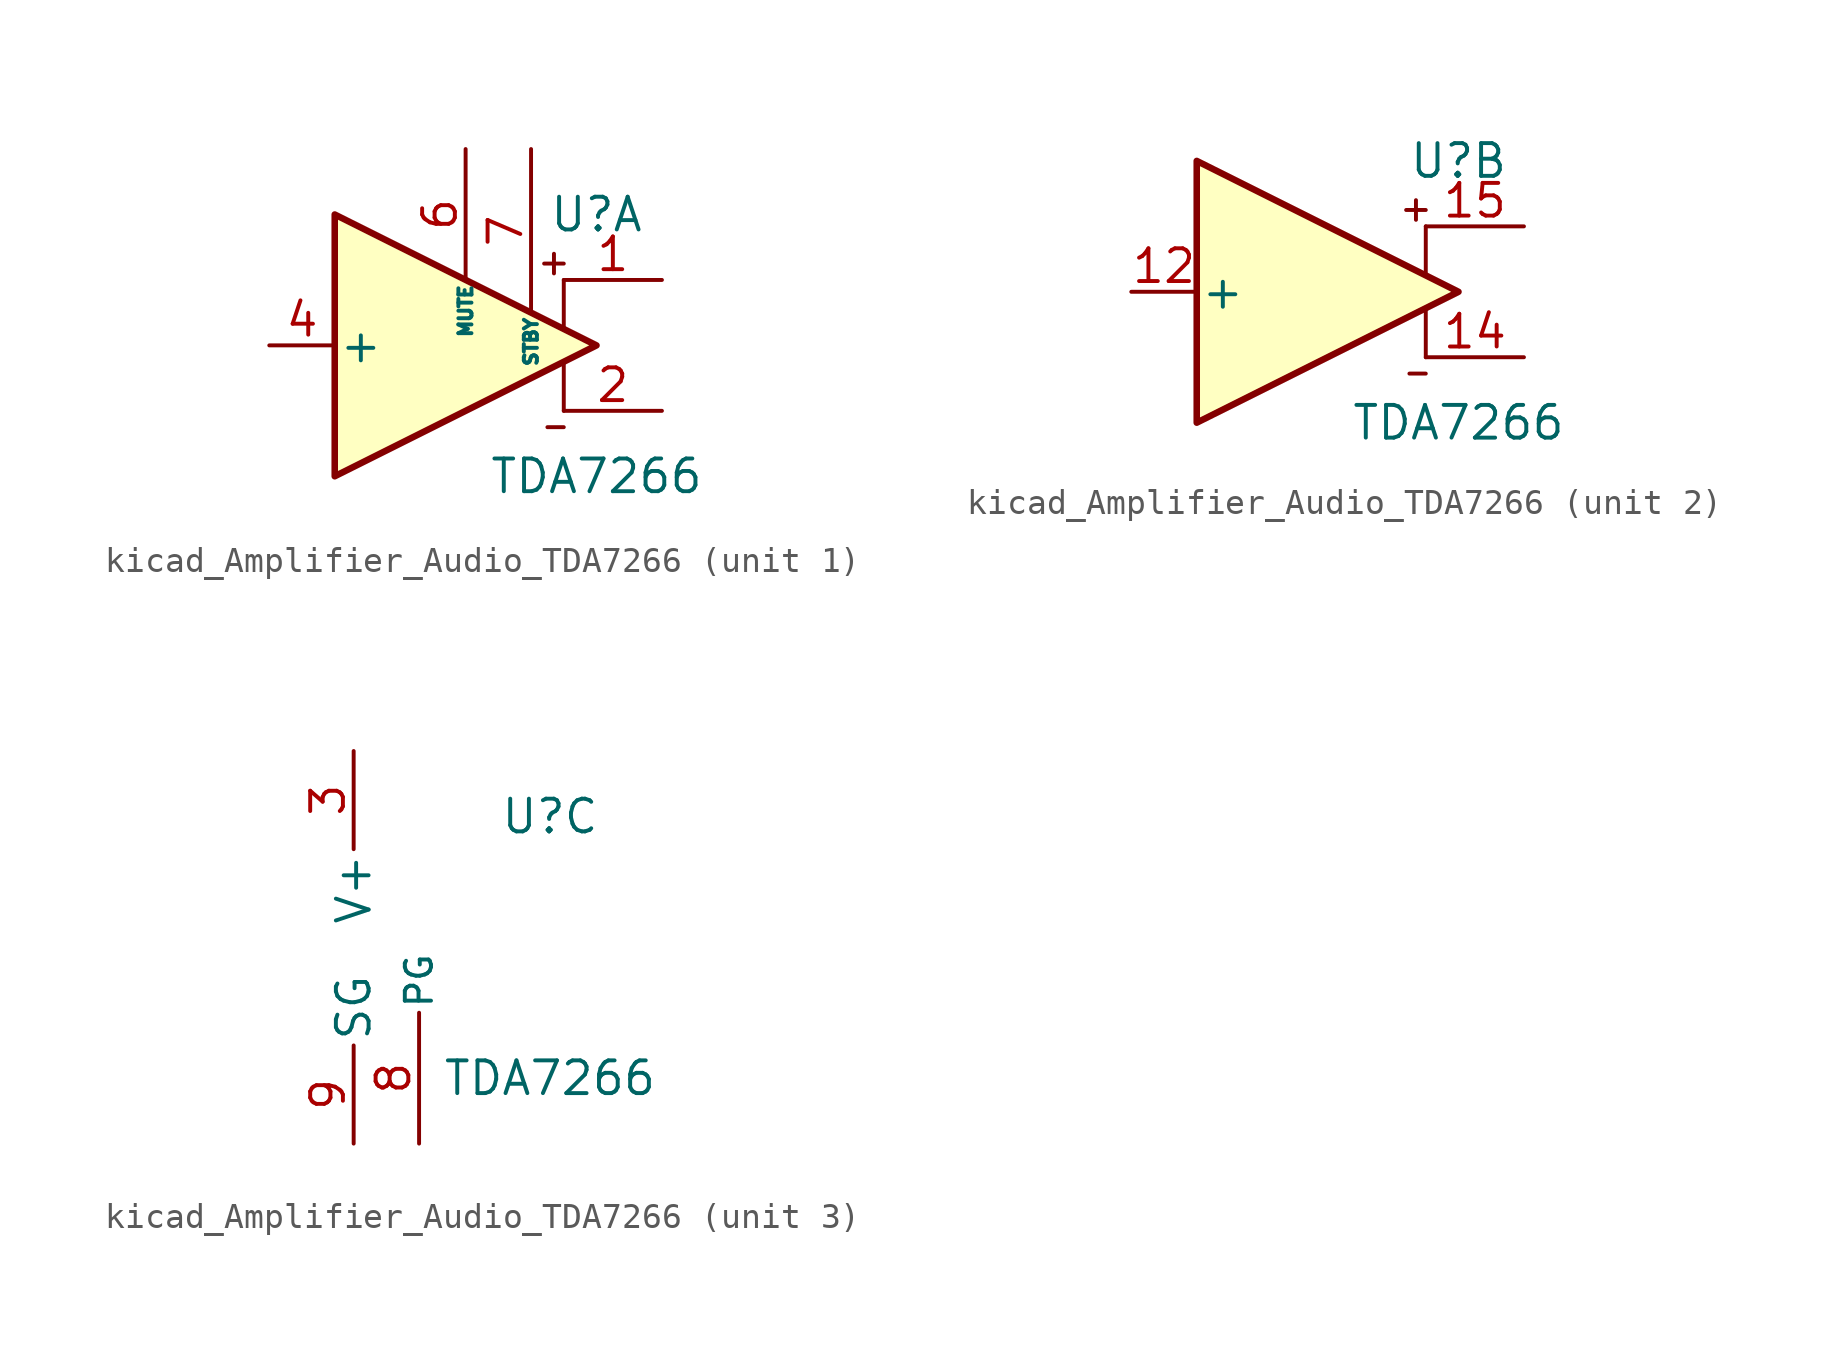
<source format=kicad_sym>
(kicad_symbol_lib
  (version 20220914)
  (generator kicad_symbol_editor)
  (symbol "kicad_Amplifier_Audio_TDA7266"
    (pin_names
      (offset 0.127))
    (property "Reference" "U"
      (at 5.08 5.08 0)
      (effects (font (size 1.27 1.27))))
    (property "Value" "TDA7266"
      (at 5.08 -5.08 0)
      (effects (font (size 1.27 1.27))))
    (property "ki_locked" ""
      (at 0 0 0)
      (effects (font (size 1.27 1.27))))
    (symbol "kicad_Amplifier_Audio_TDA7266_1_1"
      (polyline (pts (xy 3.048 3.175) (xy 3.81 3.175)) (stroke (width 0) (type default)) (fill (type none)))
      (polyline (pts (xy 3.175 -3.175) (xy 3.81 -3.175)) (stroke (width 0) (type default)) (fill (type none)))
      (polyline (pts (xy 3.429 2.794) (xy 3.429 3.556)) (stroke (width 0) (type default)) (fill (type none)))
      (polyline (pts (xy 3.81 -0.635) (xy 3.81 -2.54)) (stroke (width 0) (type default)) (fill (type none)))
      (polyline (pts (xy 3.81 2.54) (xy 3.81 0.635)) (stroke (width 0) (type default)) (fill (type none)))
      (polyline (pts (xy 5.08 0) (xy -5.08 5.08) (xy -5.08 -5.08) (xy 5.08 0)) (stroke (width 0.254) (type default)) (fill (type background)))
      (pin output line (at 7.62 2.54 180) (length 3.81) (name "~" (effects (font (size 1.27 1.27)))) (number "1" (effects (font (size 1.27 1.27)))))
      (pin no_connect line (at -2.54 3.81 270) (length 2.54) hide (name "NC" (effects (font (size 1.27 1.27)))) (number "10" (effects (font (size 1.27 1.27)))))
      (pin no_connect line (at -5.08 5.08 270) (length 2.54) hide (name "NC" (effects (font (size 1.27 1.27)))) (number "11" (effects (font (size 1.27 1.27)))))
      (pin output line (at 7.62 -2.54 180) (length 3.81) (name "~" (effects (font (size 1.27 1.27)))) (number "2" (effects (font (size 1.27 1.27)))))
      (pin input line (at -7.62 0 0) (length 2.54) (name "+" (effects (font (size 1.27 1.27)))) (number "4" (effects (font (size 1.27 1.27)))))
      (pin no_connect line (at -5.08 -5.08 90) (length 2.54) hide (name "NC" (effects (font (size 1.27 1.27)))) (number "5" (effects (font (size 1.27 1.27)))))
      (pin input line (at 0 7.62 270) (length 5.08) (name "MUTE" (effects (font (size 0.508 0.508)))) (number "6" (effects (font (size 1.27 1.27)))))
      (pin input line (at 2.54 7.62 270) (length 6.35) (name "STBY" (effects (font (size 0.508 0.508)))) (number "7" (effects (font (size 1.27 1.27))))))
    (symbol "kicad_Amplifier_Audio_TDA7266_2_1"
      (polyline (pts (xy 3.048 3.175) (xy 3.81 3.175)) (stroke (width 0) (type default)) (fill (type none)))
      (polyline (pts (xy 3.175 -3.175) (xy 3.81 -3.175)) (stroke (width 0) (type default)) (fill (type none)))
      (polyline (pts (xy 3.429 2.794) (xy 3.429 3.556)) (stroke (width 0) (type default)) (fill (type none)))
      (polyline (pts (xy 3.81 -0.635) (xy 3.81 -2.54)) (stroke (width 0) (type default)) (fill (type none)))
      (polyline (pts (xy 3.81 2.54) (xy 3.81 0.635)) (stroke (width 0) (type default)) (fill (type none)))
      (polyline (pts (xy 5.08 0) (xy -5.08 5.08) (xy -5.08 -5.08) (xy 5.08 0)) (stroke (width 0.254) (type default)) (fill (type background)))
      (pin input line (at -7.62 0 0) (length 2.54) (name "+" (effects (font (size 1.27 1.27)))) (number "12" (effects (font (size 1.27 1.27)))))
      (pin output line (at 7.62 -2.54 180) (length 3.81) (name "~" (effects (font (size 1.27 1.27)))) (number "14" (effects (font (size 1.27 1.27)))))
      (pin output line (at 7.62 2.54 180) (length 3.81) (name "~" (effects (font (size 1.27 1.27)))) (number "15" (effects (font (size 1.27 1.27))))))
    (symbol "kicad_Amplifier_Audio_TDA7266_3_1"
      (pin passive line (at -2.54 7.62 270) (length 3.81) hide (name "V+" (effects (font (size 1.27 1.27)))) (number "13" (effects (font (size 1.27 1.27)))))
      (pin power_in line (at -2.54 7.62 270) (length 3.81) (name "V+" (effects (font (size 1.27 1.27)))) (number "3" (effects (font (size 1.27 1.27)))))
      (pin power_in line (at 0 -7.62 90) (length 5.08) (name "PG" (effects (font (size 1.016 1.016)))) (number "8" (effects (font (size 1.27 1.27)))))
      (pin power_in line (at -2.54 -7.62 90) (length 3.81) (name "SG" (effects (font (size 1.27 1.27)))) (number "9" (effects (font (size 1.27 1.27))))))))
</source>
